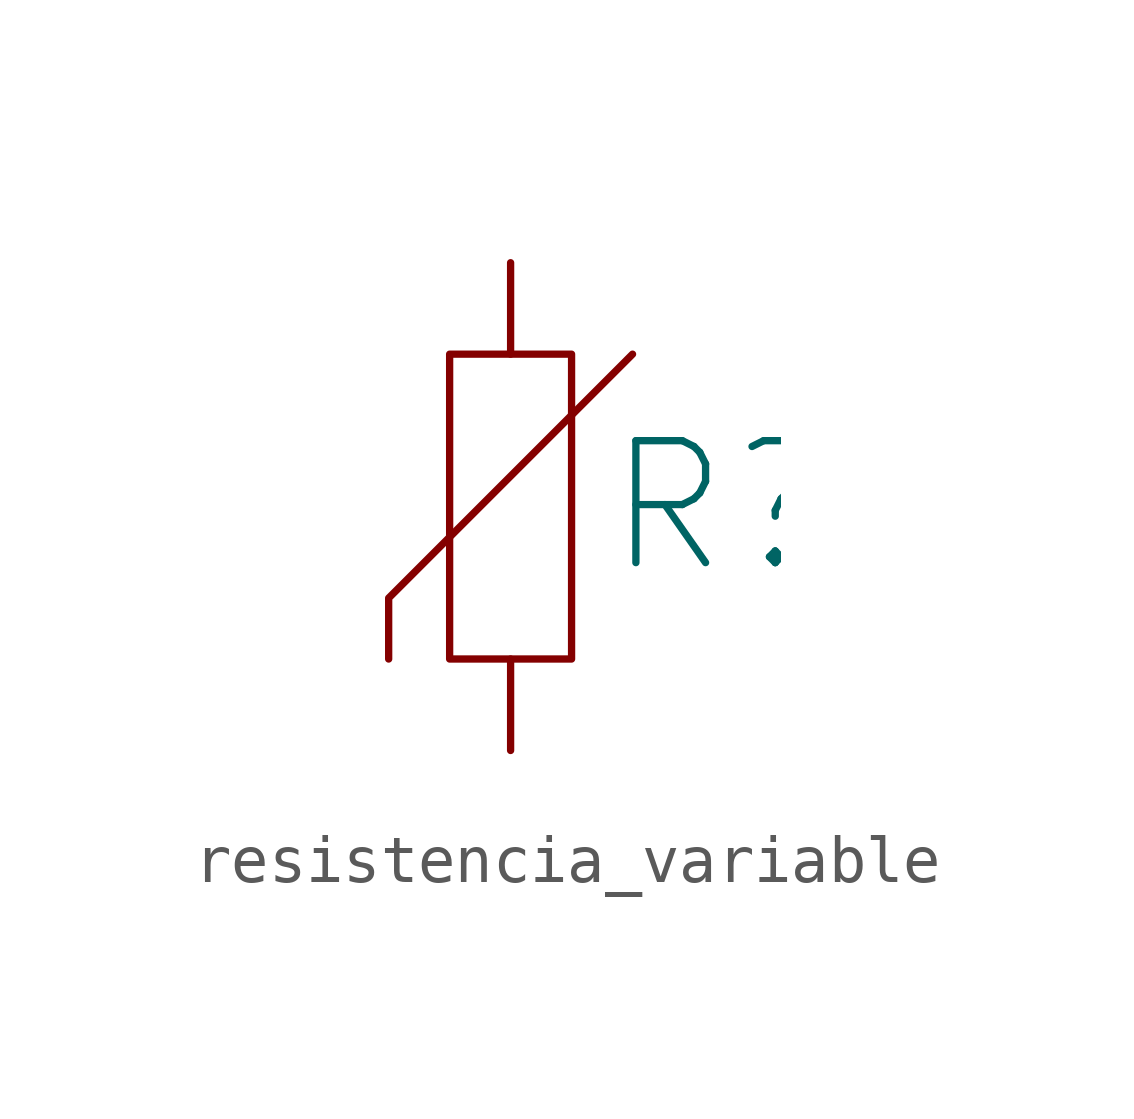
<source format=kicad_sym>
(kicad_symbol_lib
  (version 20211014)
  (generator kicad_symbol_editor)
  (symbol "resistencia_variable"
    (pin_names
      (offset 1.016))
    (property "Reference" "R"
      (at 1.905 -5.08 0)
      (effects (font (size 2.54 2.54)) (justify left)))
    (symbol "resistencia_variable_0_1"
      (rectangle (start -1.27 -1.905) (end 1.27 -8.255) (stroke (width 0) (type default) (color 0 0 0 0)) (fill (type none))))
    (symbol "resistencia_variable_1_0"
      (polyline (pts (xy -2.54 -8.255) (xy -2.54 -6.985) (xy 2.54 -1.905)) (stroke (width 0) (type default) (color 0 0 0 0)) (fill (type none))))
    (symbol "resistencia_variable_1_1"
      (pin input line (at 0 -10.16 90) (length 1.905) (name "~" (effects (font (size 1.27 1.27)))) (number "~" (effects (font (size 1.143 1.143)))))
      (pin input line (at 0 0 270) (length 1.905) (name "~" (effects (font (size 1.27 1.27)))) (number "~" (effects (font (size 1.143 1.143))))))))
</source>
